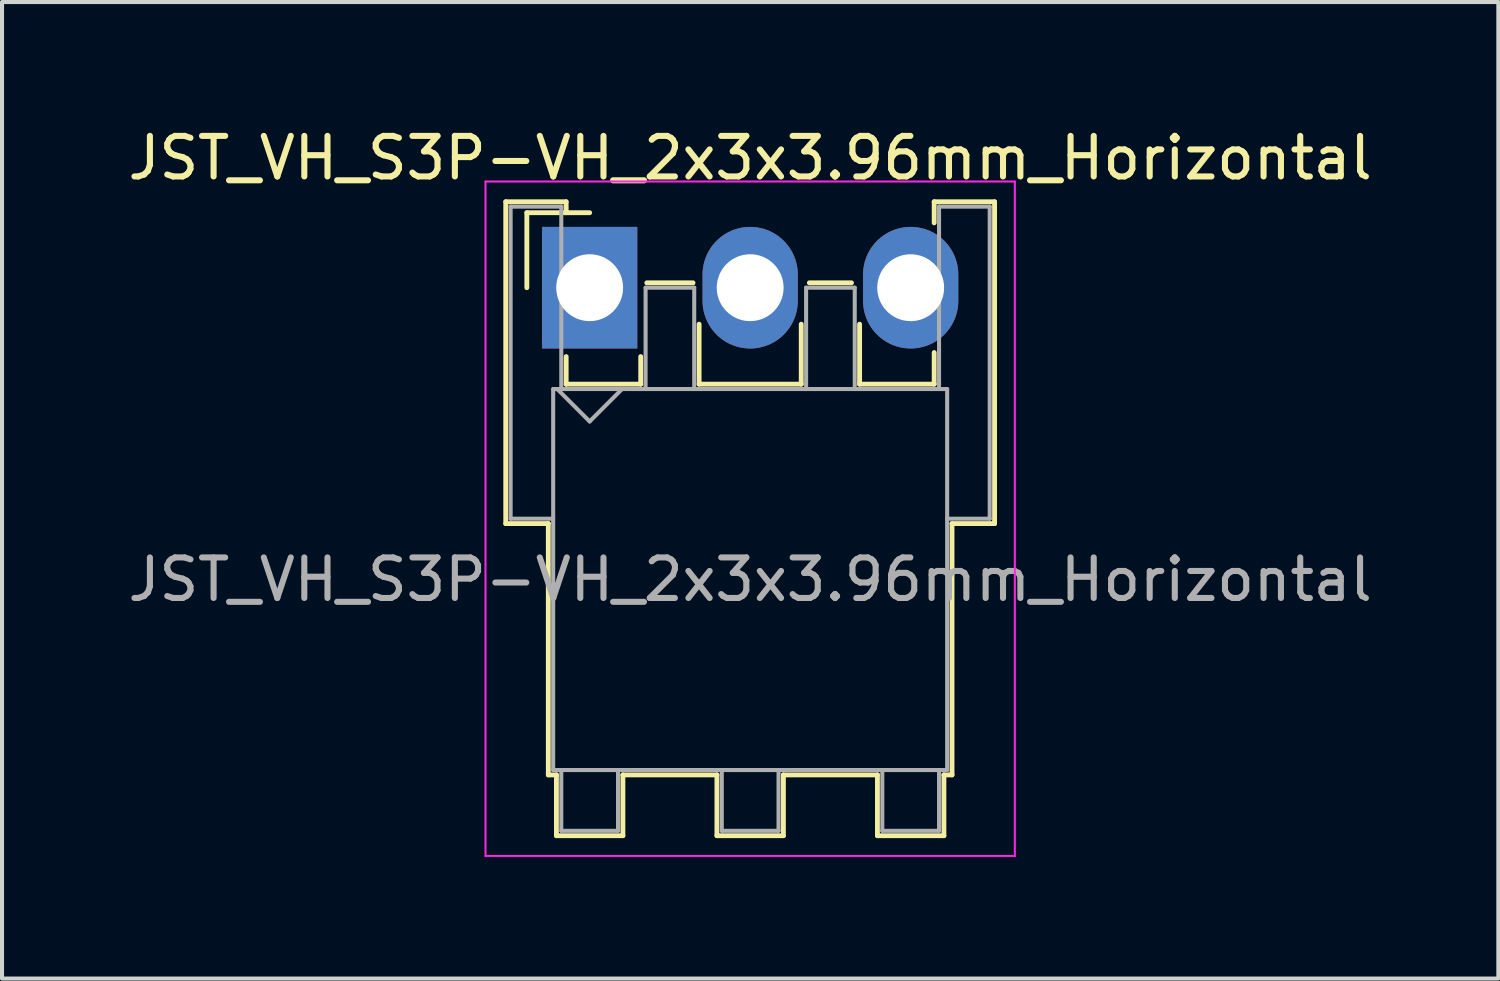
<source format=kicad_pcb>
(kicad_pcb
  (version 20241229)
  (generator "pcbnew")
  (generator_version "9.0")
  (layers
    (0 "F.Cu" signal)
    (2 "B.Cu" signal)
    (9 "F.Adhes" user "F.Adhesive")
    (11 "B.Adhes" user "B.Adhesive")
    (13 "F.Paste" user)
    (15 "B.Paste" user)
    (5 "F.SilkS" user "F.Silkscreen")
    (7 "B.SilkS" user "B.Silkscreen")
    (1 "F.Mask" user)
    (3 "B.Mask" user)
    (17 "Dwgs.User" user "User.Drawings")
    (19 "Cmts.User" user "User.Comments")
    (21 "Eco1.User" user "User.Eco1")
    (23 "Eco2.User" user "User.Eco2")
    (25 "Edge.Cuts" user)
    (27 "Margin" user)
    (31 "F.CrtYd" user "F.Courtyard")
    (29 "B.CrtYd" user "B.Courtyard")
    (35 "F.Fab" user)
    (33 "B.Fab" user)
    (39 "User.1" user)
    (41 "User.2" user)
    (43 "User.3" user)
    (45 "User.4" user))
  (footprint "JST_VH_S3P-VH_2x3x3.96mm_Horizontal"
    (layer "F.Cu")
    (at 11.498 4.048)
    (property "Reference" "JST_VH_S3P-VH_2x3x3.96mm_Horizontal" (at 3.96 -3.2 0) (layer "F.SilkS") (effects (font (size 1 1) (thickness 0.15))))
    (attr through_hole)
    (fp_line (start -2.07 -2.12) (end -0.58 -2.12) (stroke (width 0.12) (type solid)) (layer "F.SilkS"))
    (fp_line (start -2.07 5.82) (end -2.07 -2.12) (stroke (width 0.12) (type solid)) (layer "F.SilkS"))
    (fp_line (start -1.55 -1.85) (end -1.55 0) (stroke (width 0.12) (type solid)) (layer "F.SilkS"))
    (fp_line (start -1.02 5.82) (end -2.07 5.82) (stroke (width 0.12) (type solid)) (layer "F.SilkS"))
    (fp_line (start -1.02 5.82) (end -1.02 12.02) (stroke (width 0.12) (type solid)) (layer "F.SilkS"))
    (fp_line (start -1.02 12.02) (end -0.82 12.02) (stroke (width 0.12) (type solid)) (layer "F.SilkS"))
    (fp_line (start -0.82 12.02) (end -0.82 13.52) (stroke (width 0.12) (type solid)) (layer "F.SilkS"))
    (fp_line (start -0.82 13.52) (end 0.82 13.52) (stroke (width 0.12) (type solid)) (layer "F.SilkS"))
    (fp_line (start -0.58 -2.12) (end -0.58 -1.85) (stroke (width 0.12) (type solid)) (layer "F.SilkS"))
    (fp_line (start -0.58 1.7) (end -0.58 2.38) (stroke (width 0.12) (type solid)) (layer "F.SilkS"))
    (fp_line (start -0.58 2.38) (end 1.26 2.38) (stroke (width 0.12) (type solid)) (layer "F.SilkS"))
    (fp_line (start 0 -1.85) (end -1.55 -1.85) (stroke (width 0.12) (type solid)) (layer "F.SilkS"))
    (fp_line (start 0.82 12.02) (end 3.14 12.02) (stroke (width 0.12) (type solid)) (layer "F.SilkS"))
    (fp_line (start 0.82 13.52) (end 0.82 12.02) (stroke (width 0.12) (type solid)) (layer "F.SilkS"))
    (fp_line (start 1.26 2.38) (end 1.26 1.7) (stroke (width 0.12) (type solid)) (layer "F.SilkS"))
    (fp_line (start 1.41 -0.12) (end 2.55 -0.12) (stroke (width 0.12) (type solid)) (layer "F.SilkS"))
    (fp_line (start 2.7 0.9) (end 2.7 2.38) (stroke (width 0.12) (type solid)) (layer "F.SilkS"))
    (fp_line (start 2.7 2.38) (end 5.22 2.38) (stroke (width 0.12) (type solid)) (layer "F.SilkS"))
    (fp_line (start 3.14 12.02) (end 3.14 13.52) (stroke (width 0.12) (type solid)) (layer "F.SilkS"))
    (fp_line (start 3.14 13.52) (end 4.78 13.52) (stroke (width 0.12) (type solid)) (layer "F.SilkS"))
    (fp_line (start 4.78 12.02) (end 7.1 12.02) (stroke (width 0.12) (type solid)) (layer "F.SilkS"))
    (fp_line (start 4.78 13.52) (end 4.78 12.02) (stroke (width 0.12) (type solid)) (layer "F.SilkS"))
    (fp_line (start 5.22 2.38) (end 5.22 0.9) (stroke (width 0.12) (type solid)) (layer "F.SilkS"))
    (fp_line (start 5.42 -0.12) (end 6.46 -0.12) (stroke (width 0.12) (type solid)) (layer "F.SilkS"))
    (fp_line (start 6.66 0.9) (end 6.66 2.38) (stroke (width 0.12) (type solid)) (layer "F.SilkS"))
    (fp_line (start 6.66 2.38) (end 8.5 2.38) (stroke (width 0.12) (type solid)) (layer "F.SilkS"))
    (fp_line (start 7.1 12.02) (end 7.1 13.52) (stroke (width 0.12) (type solid)) (layer "F.SilkS"))
    (fp_line (start 7.1 13.52) (end 8.74 13.52) (stroke (width 0.12) (type solid)) (layer "F.SilkS"))
    (fp_line (start 8.5 -2.12) (end 9.99 -2.12) (stroke (width 0.12) (type solid)) (layer "F.SilkS"))
    (fp_line (start 8.5 -1.6) (end 8.5 -2.12) (stroke (width 0.12) (type solid)) (layer "F.SilkS"))
    (fp_line (start 8.5 2.38) (end 8.5 1.6) (stroke (width 0.12) (type solid)) (layer "F.SilkS"))
    (fp_line (start 8.74 12.02) (end 8.94 12.02) (stroke (width 0.12) (type solid)) (layer "F.SilkS"))
    (fp_line (start 8.74 13.52) (end 8.74 12.02) (stroke (width 0.12) (type solid)) (layer "F.SilkS"))
    (fp_line (start 8.94 12.02) (end 8.94 5.82) (stroke (width 0.12) (type solid)) (layer "F.SilkS"))
    (fp_line (start 9.99 -2.12) (end 9.99 5.82) (stroke (width 0.12) (type solid)) (layer "F.SilkS"))
    (fp_line (start 9.99 5.82) (end 8.94 5.82) (stroke (width 0.12) (type solid)) (layer "F.SilkS"))
    (fp_line (start -2.57 -2.62) (end -2.57 14.02) (stroke (width 0.05) (type solid)) (layer "F.CrtYd"))
    (fp_line (start -2.57 14.02) (end 10.49 14.02) (stroke (width 0.05) (type solid)) (layer "F.CrtYd"))
    (fp_line (start 10.49 -2.62) (end -2.57 -2.62) (stroke (width 0.05) (type solid)) (layer "F.CrtYd"))
    (fp_line (start 10.49 14.02) (end 10.49 -2.62) (stroke (width 0.05) (type solid)) (layer "F.CrtYd"))
    (fp_line (start -1.95 -2) (end -0.7 -2) (stroke (width 0.1) (type solid)) (layer "F.Fab"))
    (fp_line (start -1.95 5.7) (end -1.95 -2) (stroke (width 0.1) (type solid)) (layer "F.Fab"))
    (fp_line (start -0.9 2.5) (end -0.9 11.9) (stroke (width 0.1) (type solid)) (layer "F.Fab"))
    (fp_line (start -0.9 5.7) (end -1.95 5.7) (stroke (width 0.1) (type solid)) (layer "F.Fab"))
    (fp_line (start -0.9 11.9) (end 8.82 11.9) (stroke (width 0.1) (type solid)) (layer "F.Fab"))
    (fp_line (start -0.8 2.5) (end 0 3.3) (stroke (width 0.1) (type solid)) (layer "F.Fab"))
    (fp_line (start -0.7 -2) (end -0.7 2.5) (stroke (width 0.1) (type solid)) (layer "F.Fab"))
    (fp_line (start -0.7 11.9) (end -0.7 13.4) (stroke (width 0.1) (type solid)) (layer "F.Fab"))
    (fp_line (start -0.7 13.4) (end 0.7 13.4) (stroke (width 0.1) (type solid)) (layer "F.Fab"))
    (fp_line (start 0 3.3) (end 0.8 2.5) (stroke (width 0.1) (type solid)) (layer "F.Fab"))
    (fp_line (start 0.7 13.4) (end 0.7 11.9) (stroke (width 0.1) (type solid)) (layer "F.Fab"))
    (fp_line (start 1.38 0) (end 2.58 0) (stroke (width 0.1) (type solid)) (layer "F.Fab"))
    (fp_line (start 1.38 2.5) (end 1.38 0) (stroke (width 0.1) (type solid)) (layer "F.Fab"))
    (fp_line (start 2.58 0) (end 2.58 2.5) (stroke (width 0.1) (type solid)) (layer "F.Fab"))
    (fp_line (start 3.26 11.9) (end 3.26 13.4) (stroke (width 0.1) (type solid)) (layer "F.Fab"))
    (fp_line (start 3.26 13.4) (end 4.66 13.4) (stroke (width 0.1) (type solid)) (layer "F.Fab"))
    (fp_line (start 4.66 13.4) (end 4.66 11.9) (stroke (width 0.1) (type solid)) (layer "F.Fab"))
    (fp_line (start 5.34 0) (end 6.54 0) (stroke (width 0.1) (type solid)) (layer "F.Fab"))
    (fp_line (start 5.34 2.5) (end 5.34 0) (stroke (width 0.1) (type solid)) (layer "F.Fab"))
    (fp_line (start 6.54 0) (end 6.54 2.5) (stroke (width 0.1) (type solid)) (layer "F.Fab"))
    (fp_line (start 7.22 11.9) (end 7.22 13.4) (stroke (width 0.1) (type solid)) (layer "F.Fab"))
    (fp_line (start 7.22 13.4) (end 8.62 13.4) (stroke (width 0.1) (type solid)) (layer "F.Fab"))
    (fp_line (start 8.62 -2) (end 9.87 -2) (stroke (width 0.1) (type solid)) (layer "F.Fab"))
    (fp_line (start 8.62 2.5) (end 8.62 -2) (stroke (width 0.1) (type solid)) (layer "F.Fab"))
    (fp_line (start 8.62 13.4) (end 8.62 11.9) (stroke (width 0.1) (type solid)) (layer "F.Fab"))
    (fp_line (start 8.82 2.5) (end -0.9 2.5) (stroke (width 0.1) (type solid)) (layer "F.Fab"))
    (fp_line (start 8.82 11.9) (end 8.82 2.5) (stroke (width 0.1) (type solid)) (layer "F.Fab"))
    (fp_line (start 9.87 -2) (end 9.87 5.7) (stroke (width 0.1) (type solid)) (layer "F.Fab"))
    (fp_line (start 9.87 5.7) (end 8.82 5.7) (stroke (width 0.1) (type solid)) (layer "F.Fab"))
    (fp_text user "${REFERENCE}" (at 3.96 7.2 0) (layer "F.Fab") (effects (font (size 1 1) (thickness 0.15))))
    (pad "1" thru_hole rect (at 0 0) (size 2.35 3) (drill 1.65) (layers "*.Cu" "*.Mask"))
    (pad "2" thru_hole oval (at 3.96 0) (size 2.35 3) (drill 1.65) (layers "*.Cu" "*.Mask"))
    (pad "3" thru_hole oval (at 7.92 0) (size 2.35 3) (drill 1.65) (layers "*.Cu" "*.Mask")))
  (gr_rect
    (start -3 -3)
    (end 33.917 21.093)
    (stroke (width 0.1) (type default))
    (fill no)
    (layer "Edge.Cuts")))
</source>
